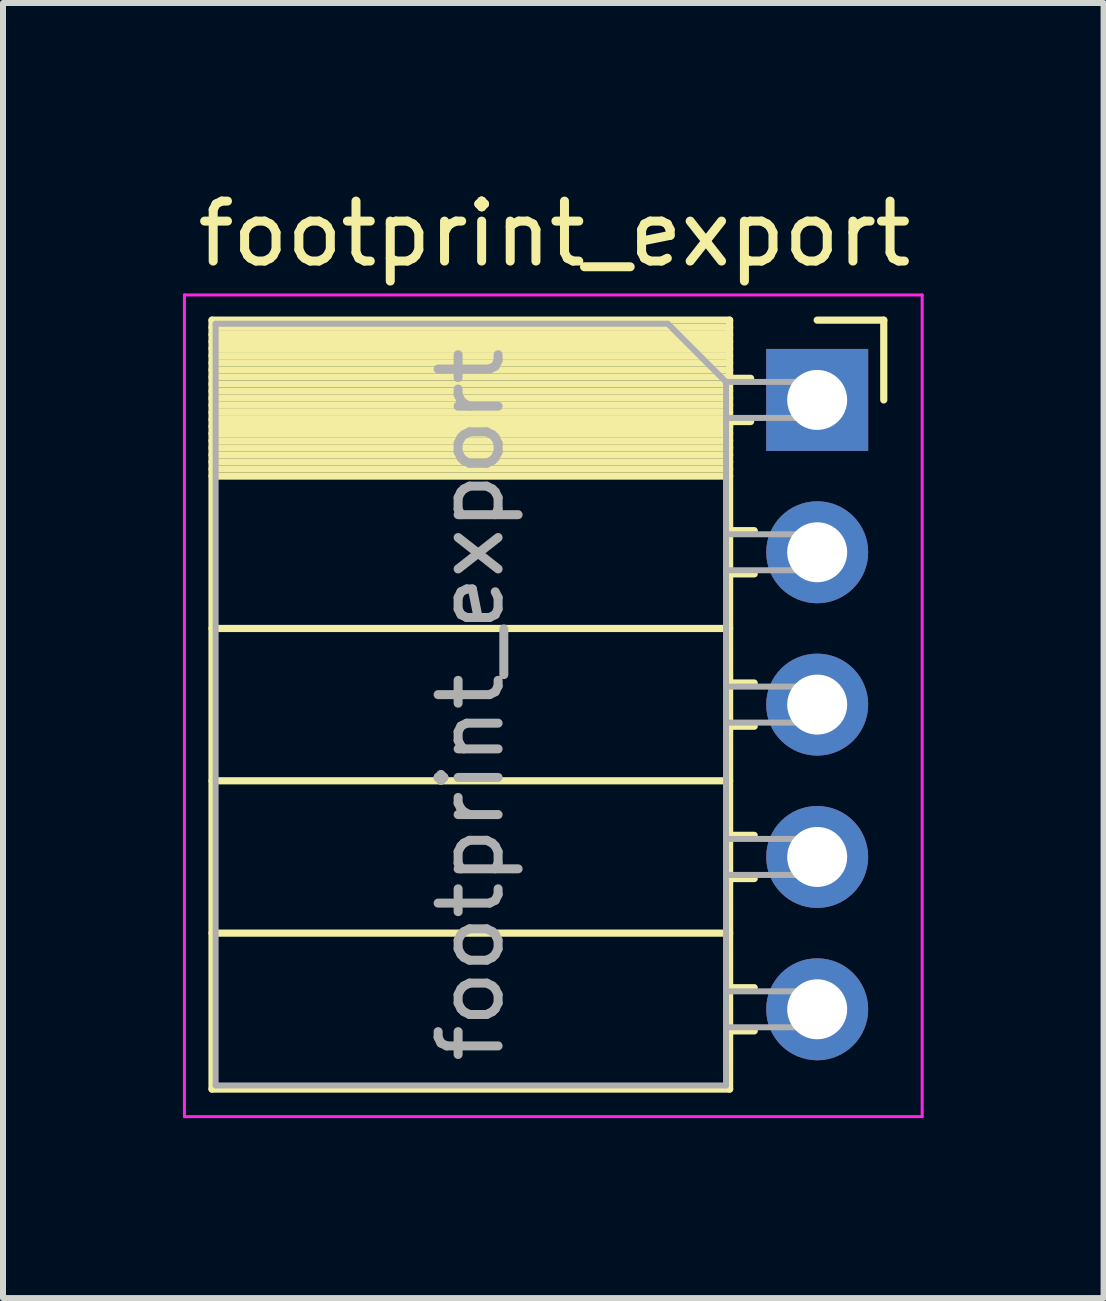
<source format=kicad_pcb>
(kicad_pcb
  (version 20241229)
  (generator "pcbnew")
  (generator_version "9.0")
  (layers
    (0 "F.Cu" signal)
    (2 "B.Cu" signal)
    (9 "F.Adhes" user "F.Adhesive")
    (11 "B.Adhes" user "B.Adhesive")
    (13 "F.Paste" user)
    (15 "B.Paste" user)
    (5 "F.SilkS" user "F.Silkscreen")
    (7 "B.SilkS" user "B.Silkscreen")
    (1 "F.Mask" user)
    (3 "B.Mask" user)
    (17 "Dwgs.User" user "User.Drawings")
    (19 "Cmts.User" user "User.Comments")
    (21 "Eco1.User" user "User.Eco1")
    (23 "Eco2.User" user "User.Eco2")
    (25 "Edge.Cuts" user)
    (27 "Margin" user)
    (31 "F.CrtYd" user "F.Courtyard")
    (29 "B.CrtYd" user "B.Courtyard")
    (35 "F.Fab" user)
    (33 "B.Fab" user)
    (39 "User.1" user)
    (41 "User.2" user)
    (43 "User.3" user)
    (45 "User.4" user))
  (footprint "footprint_export"
    (layer "F.Cu")
    (at 10.575 3.618)
    (property "Reference" "footprint_export" (at -4.38 -2.77 0) (layer "F.SilkS") (effects (font (size 1 1) (thickness 0.15))))
    (attr through_hole)
    (fp_line (start -10.09 -1.33) (end -10.09 11.49) (stroke (width 0.12) (type solid)) (layer "F.SilkS"))
    (fp_line (start -10.09 -1.33) (end -1.46 -1.33) (stroke (width 0.12) (type solid)) (layer "F.SilkS"))
    (fp_line (start -10.09 -1.21) (end -1.46 -1.21) (stroke (width 0.12) (type solid)) (layer "F.SilkS"))
    (fp_line (start -10.09 -1.092) (end -1.46 -1.092) (stroke (width 0.12) (type solid)) (layer "F.SilkS"))
    (fp_line (start -10.09 -0.974) (end -1.46 -0.974) (stroke (width 0.12) (type solid)) (layer "F.SilkS"))
    (fp_line (start -10.09 -0.856) (end -1.46 -0.856) (stroke (width 0.12) (type solid)) (layer "F.SilkS"))
    (fp_line (start -10.09 -0.738) (end -1.46 -0.738) (stroke (width 0.12) (type solid)) (layer "F.SilkS"))
    (fp_line (start -10.09 -0.62) (end -1.46 -0.62) (stroke (width 0.12) (type solid)) (layer "F.SilkS"))
    (fp_line (start -10.09 -0.501) (end -1.46 -0.501) (stroke (width 0.12) (type solid)) (layer "F.SilkS"))
    (fp_line (start -10.09 -0.383) (end -1.46 -0.383) (stroke (width 0.12) (type solid)) (layer "F.SilkS"))
    (fp_line (start -10.09 -0.265) (end -1.46 -0.265) (stroke (width 0.12) (type solid)) (layer "F.SilkS"))
    (fp_line (start -10.09 -0.147) (end -1.46 -0.147) (stroke (width 0.12) (type solid)) (layer "F.SilkS"))
    (fp_line (start -10.09 -0.029) (end -1.46 -0.029) (stroke (width 0.12) (type solid)) (layer "F.SilkS"))
    (fp_line (start -10.09 0.089) (end -1.46 0.089) (stroke (width 0.12) (type solid)) (layer "F.SilkS"))
    (fp_line (start -10.09 0.207) (end -1.46 0.207) (stroke (width 0.12) (type solid)) (layer "F.SilkS"))
    (fp_line (start -10.09 0.325) (end -1.46 0.325) (stroke (width 0.12) (type solid)) (layer "F.SilkS"))
    (fp_line (start -10.09 0.443) (end -1.46 0.443) (stroke (width 0.12) (type solid)) (layer "F.SilkS"))
    (fp_line (start -10.09 0.561) (end -1.46 0.561) (stroke (width 0.12) (type solid)) (layer "F.SilkS"))
    (fp_line (start -10.09 0.68) (end -1.46 0.68) (stroke (width 0.12) (type solid)) (layer "F.SilkS"))
    (fp_line (start -10.09 0.798) (end -1.46 0.798) (stroke (width 0.12) (type solid)) (layer "F.SilkS"))
    (fp_line (start -10.09 0.916) (end -1.46 0.916) (stroke (width 0.12) (type solid)) (layer "F.SilkS"))
    (fp_line (start -10.09 1.034) (end -1.46 1.034) (stroke (width 0.12) (type solid)) (layer "F.SilkS"))
    (fp_line (start -10.09 1.152) (end -1.46 1.152) (stroke (width 0.12) (type solid)) (layer "F.SilkS"))
    (fp_line (start -10.09 1.27) (end -1.46 1.27) (stroke (width 0.12) (type solid)) (layer "F.SilkS"))
    (fp_line (start -10.09 3.81) (end -1.46 3.81) (stroke (width 0.12) (type solid)) (layer "F.SilkS"))
    (fp_line (start -10.09 6.35) (end -1.46 6.35) (stroke (width 0.12) (type solid)) (layer "F.SilkS"))
    (fp_line (start -10.09 8.89) (end -1.46 8.89) (stroke (width 0.12) (type solid)) (layer "F.SilkS"))
    (fp_line (start -10.09 11.49) (end -1.46 11.49) (stroke (width 0.12) (type solid)) (layer "F.SilkS"))
    (fp_line (start -1.46 -1.33) (end -1.46 11.49) (stroke (width 0.12) (type solid)) (layer "F.SilkS"))
    (fp_line (start -1.46 -0.36) (end -1.11 -0.36) (stroke (width 0.12) (type solid)) (layer "F.SilkS"))
    (fp_line (start -1.46 0.36) (end -1.11 0.36) (stroke (width 0.12) (type solid)) (layer "F.SilkS"))
    (fp_line (start -1.46 2.18) (end -1.05 2.18) (stroke (width 0.12) (type solid)) (layer "F.SilkS"))
    (fp_line (start -1.46 2.9) (end -1.05 2.9) (stroke (width 0.12) (type solid)) (layer "F.SilkS"))
    (fp_line (start -1.46 4.72) (end -1.05 4.72) (stroke (width 0.12) (type solid)) (layer "F.SilkS"))
    (fp_line (start -1.46 5.44) (end -1.05 5.44) (stroke (width 0.12) (type solid)) (layer "F.SilkS"))
    (fp_line (start -1.46 7.26) (end -1.05 7.26) (stroke (width 0.12) (type solid)) (layer "F.SilkS"))
    (fp_line (start -1.46 7.98) (end -1.05 7.98) (stroke (width 0.12) (type solid)) (layer "F.SilkS"))
    (fp_line (start -1.46 9.8) (end -1.05 9.8) (stroke (width 0.12) (type solid)) (layer "F.SilkS"))
    (fp_line (start -1.46 10.52) (end -1.05 10.52) (stroke (width 0.12) (type solid)) (layer "F.SilkS"))
    (fp_line (start 0 -1.33) (end 1.11 -1.33) (stroke (width 0.12) (type solid)) (layer "F.SilkS"))
    (fp_line (start 1.11 -1.33) (end 1.11 0) (stroke (width 0.12) (type solid)) (layer "F.SilkS"))
    (fp_line (start -10.55 -1.75) (end -10.55 11.95) (stroke (width 0.05) (type solid)) (layer "F.CrtYd"))
    (fp_line (start -10.55 11.95) (end 1.75 11.95) (stroke (width 0.05) (type solid)) (layer "F.CrtYd"))
    (fp_line (start 1.75 -1.75) (end -10.55 -1.75) (stroke (width 0.05) (type solid)) (layer "F.CrtYd"))
    (fp_line (start 1.75 11.95) (end 1.75 -1.75) (stroke (width 0.05) (type solid)) (layer "F.CrtYd"))
    (fp_line (start -10.03 -1.27) (end -2.49 -1.27) (stroke (width 0.1) (type solid)) (layer "F.Fab"))
    (fp_line (start -10.03 11.43) (end -10.03 -1.27) (stroke (width 0.1) (type solid)) (layer "F.Fab"))
    (fp_line (start -2.49 -1.27) (end -1.52 -0.3) (stroke (width 0.1) (type solid)) (layer "F.Fab"))
    (fp_line (start -1.52 -0.3) (end -1.52 11.43) (stroke (width 0.1) (type solid)) (layer "F.Fab"))
    (fp_line (start -1.52 0.3) (end 0 0.3) (stroke (width 0.1) (type solid)) (layer "F.Fab"))
    (fp_line (start -1.52 2.84) (end 0 2.84) (stroke (width 0.1) (type solid)) (layer "F.Fab"))
    (fp_line (start -1.52 5.38) (end 0 5.38) (stroke (width 0.1) (type solid)) (layer "F.Fab"))
    (fp_line (start -1.52 7.92) (end 0 7.92) (stroke (width 0.1) (type solid)) (layer "F.Fab"))
    (fp_line (start -1.52 10.46) (end 0 10.46) (stroke (width 0.1) (type solid)) (layer "F.Fab"))
    (fp_line (start -1.52 11.43) (end -10.03 11.43) (stroke (width 0.1) (type solid)) (layer "F.Fab"))
    (fp_line (start 0 -0.3) (end -1.52 -0.3) (stroke (width 0.1) (type solid)) (layer "F.Fab"))
    (fp_line (start 0 0.3) (end 0 -0.3) (stroke (width 0.1) (type solid)) (layer "F.Fab"))
    (fp_line (start 0 2.24) (end -1.52 2.24) (stroke (width 0.1) (type solid)) (layer "F.Fab"))
    (fp_line (start 0 2.84) (end 0 2.24) (stroke (width 0.1) (type solid)) (layer "F.Fab"))
    (fp_line (start 0 4.78) (end -1.52 4.78) (stroke (width 0.1) (type solid)) (layer "F.Fab"))
    (fp_line (start 0 5.38) (end 0 4.78) (stroke (width 0.1) (type solid)) (layer "F.Fab"))
    (fp_line (start 0 7.32) (end -1.52 7.32) (stroke (width 0.1) (type solid)) (layer "F.Fab"))
    (fp_line (start 0 7.92) (end 0 7.32) (stroke (width 0.1) (type solid)) (layer "F.Fab"))
    (fp_line (start 0 9.86) (end -1.52 9.86) (stroke (width 0.1) (type solid)) (layer "F.Fab"))
    (fp_line (start 0 10.46) (end 0 9.86) (stroke (width 0.1) (type solid)) (layer "F.Fab"))
    (fp_text user "${REFERENCE}" (at -5.775 5.08 90) (layer "F.Fab") (effects (font (size 1 1) (thickness 0.15))))
    (pad "1" thru_hole rect (at 0 0) (size 1.7 1.7) (drill 1) (layers "*.Cu" "*.Mask"))
    (pad "2" thru_hole oval (at 0 2.54) (size 1.7 1.7) (drill 1) (layers "*.Cu" "*.Mask"))
    (pad "3" thru_hole oval (at 0 5.08) (size 1.7 1.7) (drill 1) (layers "*.Cu" "*.Mask"))
    (pad "4" thru_hole oval (at 0 7.62) (size 1.7 1.7) (drill 1) (layers "*.Cu" "*.Mask"))
    (pad "5" thru_hole oval (at 0 10.16) (size 1.7 1.7) (drill 1) (layers "*.Cu" "*.Mask")))
  (gr_rect
    (start -3 -3)
    (end 15.35 18.593)
    (stroke (width 0.1) (type default))
    (fill no)
    (layer "Edge.Cuts")))
</source>
